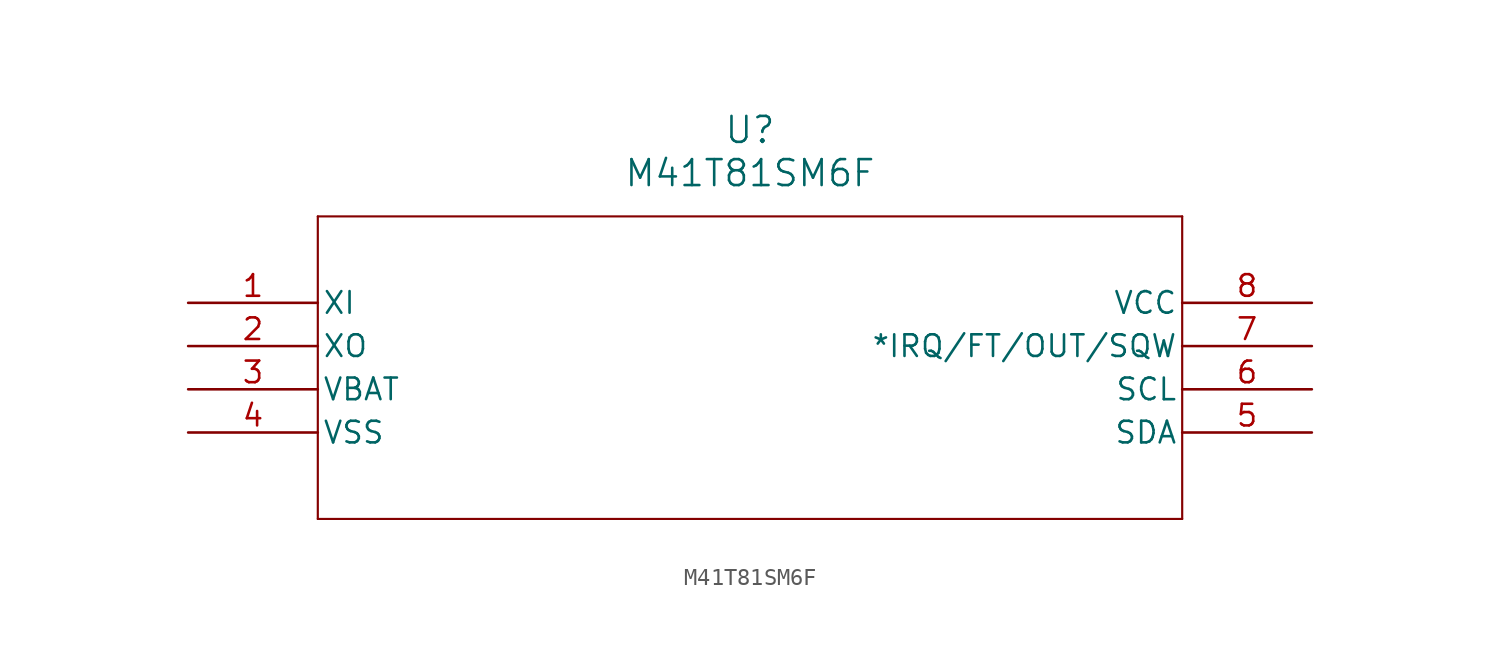
<source format=kicad_sym>
(kicad_symbol_lib
  (version 20211014)
  (generator kicad_symbol_editor)
  (symbol "M41T81SM6F"
    (pin_names
      (offset 0.254))
    (property "Reference" "U"
      (at 33.02 10.16 0)
      (effects (font (size 1.524 1.524))))
    (property "Value" "M41T81SM6F"
      (at 33.02 7.62 0)
      (effects (font (size 1.524 1.524))))
    (symbol "M41T81SM6F_0_1"
      (polyline (pts (xy 7.62 5.08) (xy 7.62 -12.7)) (stroke (width 0.127) (type default) (color 0 0 0 0)) (fill (type none)))
      (polyline (pts (xy 7.62 -12.7) (xy 58.42 -12.7)) (stroke (width 0.127) (type default) (color 0 0 0 0)) (fill (type none)))
      (polyline (pts (xy 58.42 -12.7) (xy 58.42 5.08)) (stroke (width 0.127) (type default) (color 0 0 0 0)) (fill (type none)))
      (polyline (pts (xy 58.42 5.08) (xy 7.62 5.08)) (stroke (width 0.127) (type default) (color 0 0 0 0)) (fill (type none)))
      (pin input line (at 0 0 0) (length 7.62) (name "XI" (effects (font (size 1.27 1.27)))) (number "1" (effects (font (size 1.27 1.27)))))
      (pin output line (at 0 -2.54 0) (length 7.62) (name "XO" (effects (font (size 1.27 1.27)))) (number "2" (effects (font (size 1.27 1.27)))))
      (pin power_in line (at 0 -5.08 0) (length 7.62) (name "VBAT" (effects (font (size 1.27 1.27)))) (number "3" (effects (font (size 1.27 1.27)))))
      (pin power_in line (at 0 -7.62 0) (length 7.62) (name "VSS" (effects (font (size 1.27 1.27)))) (number "4" (effects (font (size 1.27 1.27)))))
      (pin bidirectional line (at 66.04 -7.62 180) (length 7.62) (name "SDA" (effects (font (size 1.27 1.27)))) (number "5" (effects (font (size 1.27 1.27)))))
      (pin input line (at 66.04 -5.08 180) (length 7.62) (name "SCL" (effects (font (size 1.27 1.27)))) (number "6" (effects (font (size 1.27 1.27)))))
      (pin bidirectional line (at 66.04 -2.54 180) (length 7.62) (name "*IRQ/FT/OUT/SQW" (effects (font (size 1.27 1.27)))) (number "7" (effects (font (size 1.27 1.27)))))
      (pin power_in line (at 66.04 0 180) (length 7.62) (name "VCC" (effects (font (size 1.27 1.27)))) (number "8" (effects (font (size 1.27 1.27))))))))
</source>
